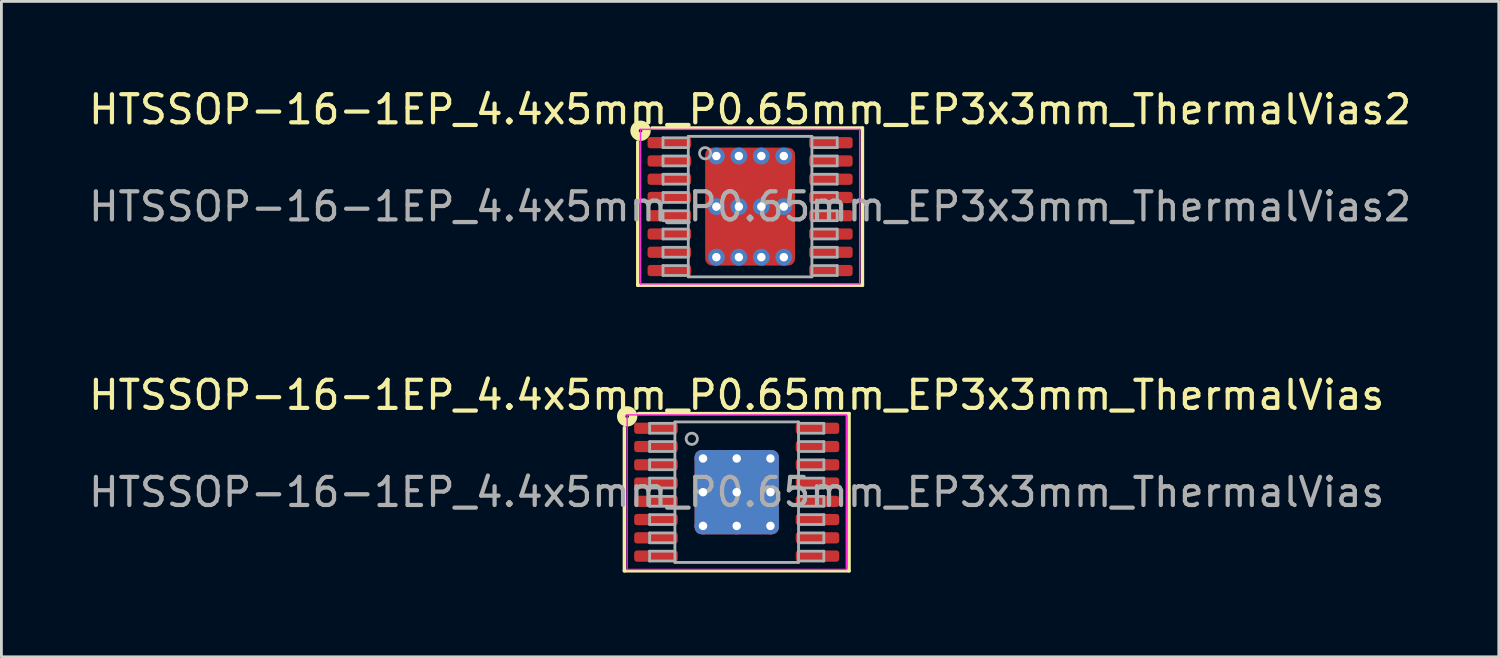
<source format=kicad_pcb>
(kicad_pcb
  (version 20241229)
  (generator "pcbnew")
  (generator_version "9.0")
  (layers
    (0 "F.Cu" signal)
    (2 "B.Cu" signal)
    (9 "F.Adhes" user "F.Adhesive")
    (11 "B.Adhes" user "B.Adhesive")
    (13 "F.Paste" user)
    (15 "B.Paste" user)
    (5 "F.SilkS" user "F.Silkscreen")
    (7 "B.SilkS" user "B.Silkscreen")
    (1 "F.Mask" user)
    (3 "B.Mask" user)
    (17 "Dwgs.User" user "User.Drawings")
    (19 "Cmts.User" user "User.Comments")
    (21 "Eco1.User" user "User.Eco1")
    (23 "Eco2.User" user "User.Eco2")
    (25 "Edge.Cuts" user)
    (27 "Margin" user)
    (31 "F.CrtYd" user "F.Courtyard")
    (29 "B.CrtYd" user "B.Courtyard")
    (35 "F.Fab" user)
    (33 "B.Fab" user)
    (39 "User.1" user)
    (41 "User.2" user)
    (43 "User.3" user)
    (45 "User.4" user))
  (footprint "HTSSOP-16-1EP_4.4x5mm_P0.65mm_EP3x3mm_ThermalVias2"
    (layer "F.Cu")
    (at 23.649 4.304)
    (property "Reference" "HTSSOP-16-1EP_4.4x5mm_P0.65mm_EP3x3mm_ThermalVias2" (at 0 -3.456 0) (layer "F.SilkS") (effects (font (size 1 1) (thickness 0.15))))
    (attr smd)
    (fp_line (start -4 2.8) (end -4 -2.3) (stroke (width 0.12) (type solid)) (layer "F.SilkS"))
    (fp_line (start -3.493 -2.8) (end 4 -2.8) (stroke (width 0.12) (type solid)) (layer "F.SilkS"))
    (fp_line (start 4 -2.8) (end 4 2.8) (stroke (width 0.12) (type solid)) (layer "F.SilkS"))
    (fp_line (start 4 2.8) (end -4 2.8) (stroke (width 0.12) (type solid)) (layer "F.SilkS"))
    (fp_circle (center -3.9 -2.7) (end -3.837 -2.7) (stroke (width 0.3) (type solid)) (fill no) (layer "F.SilkS"))
    (fp_line (start -3.9 -2.75) (end -3.9 2.75) (stroke (width 0.05) (type solid)) (layer "F.CrtYd"))
    (fp_line (start -3.9 2.75) (end 3.9 2.75) (stroke (width 0.05) (type solid)) (layer "F.CrtYd"))
    (fp_line (start 3.9 -2.75) (end -3.9 -2.75) (stroke (width 0.05) (type solid)) (layer "F.CrtYd"))
    (fp_line (start 3.9 2.75) (end 3.9 -2.75) (stroke (width 0.05) (type solid)) (layer "F.CrtYd"))
    (fp_line (start -3.1 -2.45) (end -3.1 -2.1) (stroke (width 0.1) (type solid)) (layer "F.Fab"))
    (fp_line (start -3.1 -2.45) (end -2.2 -2.45) (stroke (width 0.1) (type solid)) (layer "F.Fab"))
    (fp_line (start -3.1 -2.1) (end -2.2 -2.1) (stroke (width 0.1) (type solid)) (layer "F.Fab"))
    (fp_line (start -3.1 -1.8) (end -3.1 -1.45) (stroke (width 0.1) (type solid)) (layer "F.Fab"))
    (fp_line (start -3.1 -1.8) (end -2.2 -1.8) (stroke (width 0.1) (type solid)) (layer "F.Fab"))
    (fp_line (start -3.1 -1.45) (end -2.2 -1.45) (stroke (width 0.1) (type solid)) (layer "F.Fab"))
    (fp_line (start -3.1 -1.15) (end -3.1 -0.8) (stroke (width 0.1) (type solid)) (layer "F.Fab"))
    (fp_line (start -3.1 -1.15) (end -2.2 -1.15) (stroke (width 0.1) (type solid)) (layer "F.Fab"))
    (fp_line (start -3.1 -0.8) (end -2.2 -0.8) (stroke (width 0.1) (type solid)) (layer "F.Fab"))
    (fp_line (start -3.1 -0.5) (end -3.1 -0.15) (stroke (width 0.1) (type solid)) (layer "F.Fab"))
    (fp_line (start -3.1 -0.5) (end -2.2 -0.5) (stroke (width 0.1) (type solid)) (layer "F.Fab"))
    (fp_line (start -3.1 -0.15) (end -2.2 -0.15) (stroke (width 0.1) (type solid)) (layer "F.Fab"))
    (fp_line (start -3.1 0.15) (end -3.1 0.5) (stroke (width 0.1) (type solid)) (layer "F.Fab"))
    (fp_line (start -3.1 0.15) (end -2.2 0.15) (stroke (width 0.1) (type solid)) (layer "F.Fab"))
    (fp_line (start -3.1 0.5) (end -2.2 0.5) (stroke (width 0.1) (type solid)) (layer "F.Fab"))
    (fp_line (start -3.1 0.8) (end -3.1 1.15) (stroke (width 0.1) (type solid)) (layer "F.Fab"))
    (fp_line (start -3.1 0.8) (end -2.2 0.8) (stroke (width 0.1) (type solid)) (layer "F.Fab"))
    (fp_line (start -3.1 1.15) (end -2.2 1.15) (stroke (width 0.1) (type solid)) (layer "F.Fab"))
    (fp_line (start -3.1 1.45) (end -3.1 1.8) (stroke (width 0.1) (type solid)) (layer "F.Fab"))
    (fp_line (start -3.1 1.45) (end -2.2 1.45) (stroke (width 0.1) (type solid)) (layer "F.Fab"))
    (fp_line (start -3.1 1.8) (end -2.2 1.8) (stroke (width 0.1) (type solid)) (layer "F.Fab"))
    (fp_line (start -3.1 2.1) (end -3.1 2.45) (stroke (width 0.1) (type solid)) (layer "F.Fab"))
    (fp_line (start -3.1 2.1) (end -2.2 2.1) (stroke (width 0.1) (type solid)) (layer "F.Fab"))
    (fp_line (start -3.1 2.45) (end -2.2 2.45) (stroke (width 0.1) (type solid)) (layer "F.Fab"))
    (fp_line (start -2.2 -2.5) (end 2.2 -2.5) (stroke (width 0.1) (type solid)) (layer "F.Fab"))
    (fp_line (start -2.2 2.5) (end -2.2 -2.5) (stroke (width 0.1) (type solid)) (layer "F.Fab"))
    (fp_line (start 2.2 -2.5) (end 2.2 2.5) (stroke (width 0.1) (type solid)) (layer "F.Fab"))
    (fp_line (start 2.2 2.5) (end -2.2 2.5) (stroke (width 0.1) (type solid)) (layer "F.Fab"))
    (fp_line (start 3.1 -2.45) (end 2.2 -2.45) (stroke (width 0.1) (type solid)) (layer "F.Fab"))
    (fp_line (start 3.1 -2.1) (end 2.2 -2.1) (stroke (width 0.1) (type solid)) (layer "F.Fab"))
    (fp_line (start 3.1 -2.1) (end 3.1 -2.45) (stroke (width 0.1) (type solid)) (layer "F.Fab"))
    (fp_line (start 3.1 -1.8) (end 2.2 -1.8) (stroke (width 0.1) (type solid)) (layer "F.Fab"))
    (fp_line (start 3.1 -1.45) (end 2.2 -1.45) (stroke (width 0.1) (type solid)) (layer "F.Fab"))
    (fp_line (start 3.1 -1.45) (end 3.1 -1.8) (stroke (width 0.1) (type solid)) (layer "F.Fab"))
    (fp_line (start 3.1 -1.15) (end 2.2 -1.15) (stroke (width 0.1) (type solid)) (layer "F.Fab"))
    (fp_line (start 3.1 -0.8) (end 2.2 -0.8) (stroke (width 0.1) (type solid)) (layer "F.Fab"))
    (fp_line (start 3.1 -0.8) (end 3.1 -1.15) (stroke (width 0.1) (type solid)) (layer "F.Fab"))
    (fp_line (start 3.1 -0.5) (end 2.2 -0.5) (stroke (width 0.1) (type solid)) (layer "F.Fab"))
    (fp_line (start 3.1 -0.15) (end 2.2 -0.15) (stroke (width 0.1) (type solid)) (layer "F.Fab"))
    (fp_line (start 3.1 -0.15) (end 3.1 -0.5) (stroke (width 0.1) (type solid)) (layer "F.Fab"))
    (fp_line (start 3.1 0.15) (end 2.2 0.15) (stroke (width 0.1) (type solid)) (layer "F.Fab"))
    (fp_line (start 3.1 0.5) (end 2.2 0.5) (stroke (width 0.1) (type solid)) (layer "F.Fab"))
    (fp_line (start 3.1 0.5) (end 3.1 0.15) (stroke (width 0.1) (type solid)) (layer "F.Fab"))
    (fp_line (start 3.1 0.8) (end 2.2 0.8) (stroke (width 0.1) (type solid)) (layer "F.Fab"))
    (fp_line (start 3.1 1.15) (end 2.2 1.15) (stroke (width 0.1) (type solid)) (layer "F.Fab"))
    (fp_line (start 3.1 1.15) (end 3.1 0.8) (stroke (width 0.1) (type solid)) (layer "F.Fab"))
    (fp_line (start 3.1 1.45) (end 2.2 1.45) (stroke (width 0.1) (type solid)) (layer "F.Fab"))
    (fp_line (start 3.1 1.8) (end 2.2 1.8) (stroke (width 0.1) (type solid)) (layer "F.Fab"))
    (fp_line (start 3.1 1.8) (end 3.1 1.45) (stroke (width 0.1) (type solid)) (layer "F.Fab"))
    (fp_line (start 3.1 2.1) (end 2.2 2.1) (stroke (width 0.1) (type solid)) (layer "F.Fab"))
    (fp_line (start 3.1 2.45) (end 2.2 2.45) (stroke (width 0.1) (type solid)) (layer "F.Fab"))
    (fp_line (start 3.1 2.45) (end 3.1 2.1) (stroke (width 0.1) (type solid)) (layer "F.Fab"))
    (fp_circle (center -1.6 -1.9) (end -1.4 -1.9) (stroke (width 0.1) (type solid)) (fill no) (layer "F.Fab"))
    (fp_text user "${REFERENCE}" (at 0 0 0) (layer "F.Fab") (effects (font (size 1 1) (thickness 0.15))))
    (pad "" smd roundrect (at -0.725 -0.9) (size 1.15 0.9) (layers "F.Paste") (roundrect_rratio 0.25))
    (pad "" smd roundrect (at -0.725 0.9) (size 1.15 0.9) (layers "F.Paste") (roundrect_rratio 0.25))
    (pad "" smd roundrect (at 0 -0.9) (size 3 1.2) (layers "F.Mask") (roundrect_rratio 0.208))
    (pad "" smd roundrect (at 0 0.9) (size 3 1.2) (layers "F.Mask") (roundrect_rratio 0.208))
    (pad "" smd roundrect (at 0.725 -0.9) (size 1.15 0.9) (layers "F.Paste") (roundrect_rratio 0.25))
    (pad "" smd roundrect (at 0.725 0.9) (size 1.15 0.9) (layers "F.Paste") (roundrect_rratio 0.25))
    (pad "1" smd roundrect (at -2.875 -2.275) (size 1.55 0.4) (layers "F.Cu" "F.Mask" "F.Paste") (roundrect_rratio 0.25))
    (pad "2" smd roundrect (at -2.875 -1.625) (size 1.55 0.4) (layers "F.Cu" "F.Mask" "F.Paste") (roundrect_rratio 0.25))
    (pad "3" smd roundrect (at -2.875 -0.975) (size 1.55 0.4) (layers "F.Cu" "F.Mask" "F.Paste") (roundrect_rratio 0.25))
    (pad "4" smd roundrect (at -2.875 -0.325) (size 1.55 0.4) (layers "F.Cu" "F.Mask" "F.Paste") (roundrect_rratio 0.25))
    (pad "5" smd roundrect (at -2.875 0.325) (size 1.55 0.4) (layers "F.Cu" "F.Mask" "F.Paste") (roundrect_rratio 0.25))
    (pad "6" smd roundrect (at -2.875 0.975) (size 1.55 0.4) (layers "F.Cu" "F.Mask" "F.Paste") (roundrect_rratio 0.25))
    (pad "7" smd roundrect (at -2.875 1.625) (size 1.55 0.4) (layers "F.Cu" "F.Mask" "F.Paste") (roundrect_rratio 0.25))
    (pad "8" smd roundrect (at -2.875 2.275) (size 1.55 0.4) (layers "F.Cu" "F.Mask" "F.Paste") (roundrect_rratio 0.25))
    (pad "9" smd roundrect (at 2.875 2.275) (size 1.55 0.4) (layers "F.Cu" "F.Mask" "F.Paste") (roundrect_rratio 0.25))
    (pad "10" smd roundrect (at 2.875 1.625) (size 1.55 0.4) (layers "F.Cu" "F.Mask" "F.Paste") (roundrect_rratio 0.25))
    (pad "11" smd roundrect (at 2.875 0.975) (size 1.55 0.4) (layers "F.Cu" "F.Mask" "F.Paste") (roundrect_rratio 0.25))
    (pad "12" smd roundrect (at 2.875 0.325) (size 1.55 0.4) (layers "F.Cu" "F.Mask" "F.Paste") (roundrect_rratio 0.25))
    (pad "13" smd roundrect (at 2.875 -0.325) (size 1.55 0.4) (layers "F.Cu" "F.Mask" "F.Paste") (roundrect_rratio 0.25))
    (pad "14" smd roundrect (at 2.875 -0.975) (size 1.55 0.4) (layers "F.Cu" "F.Mask" "F.Paste") (roundrect_rratio 0.25))
    (pad "15" smd roundrect (at 2.875 -1.625) (size 1.55 0.4) (layers "F.Cu" "F.Mask" "F.Paste") (roundrect_rratio 0.25))
    (pad "16" smd roundrect (at 2.875 -2.275) (size 1.55 0.4) (layers "F.Cu" "F.Mask" "F.Paste") (roundrect_rratio 0.25))
    (pad "17" thru_hole circle (at -1.2 -1.8) (size 0.6 0.6) (drill 0.3) (property pad_prop_heatsink) (layers "*.Cu" "*.Mask"))
    (pad "17" thru_hole circle (at -1.2 0) (size 0.6 0.6) (drill 0.3) (property pad_prop_heatsink) (layers "*.Cu" "*.Mask"))
    (pad "17" thru_hole circle (at -1.2 1.8) (size 0.6 0.6) (drill 0.3) (property pad_prop_heatsink) (layers "*.Cu" "*.Mask"))
    (pad "17" thru_hole circle (at -0.4 -1.8) (size 0.6 0.6) (drill 0.3) (property pad_prop_heatsink) (layers "*.Cu" "*.Mask"))
    (pad "17" thru_hole circle (at -0.4 0) (size 0.6 0.6) (drill 0.3) (property pad_prop_heatsink) (layers "*.Cu" "*.Mask"))
    (pad "17" thru_hole circle (at -0.4 1.8) (size 0.6 0.6) (drill 0.3) (property pad_prop_heatsink) (layers "*.Cu" "*.Mask"))
    (pad "17" smd roundrect (at 0 0) (size 3.2 4.2) (layers "F.Cu") (roundrect_rratio 0.078))
    (pad "17" thru_hole circle (at 0.4 -1.8) (size 0.6 0.6) (drill 0.3) (property pad_prop_heatsink) (layers "*.Cu" "*.Mask"))
    (pad "17" thru_hole circle (at 0.4 0) (size 0.6 0.6) (drill 0.3) (property pad_prop_heatsink) (layers "*.Cu" "*.Mask"))
    (pad "17" thru_hole circle (at 0.4 1.8) (size 0.6 0.6) (drill 0.3) (property pad_prop_heatsink) (layers "*.Cu" "*.Mask"))
    (pad "17" thru_hole circle (at 1.2 -1.8) (size 0.6 0.6) (drill 0.3) (property pad_prop_heatsink) (layers "*.Cu" "*.Mask"))
    (pad "17" thru_hole circle (at 1.2 0) (size 0.6 0.6) (drill 0.3) (property pad_prop_heatsink) (layers "*.Cu" "*.Mask"))
    (pad "17" thru_hole circle (at 1.2 1.8) (size 0.6 0.6) (drill 0.3) (property pad_prop_heatsink) (layers "*.Cu" "*.Mask")))
  (footprint "HTSSOP-16-1EP_4.4x5mm_P0.65mm_EP3x3mm_ThermalVias"
    (layer "F.Cu")
    (at 23.173 14.469)
    (property "Reference" "HTSSOP-16-1EP_4.4x5mm_P0.65mm_EP3x3mm_ThermalVias" (at 0 -3.456 0) (layer "F.SilkS") (effects (font (size 1 1) (thickness 0.15))))
    (attr smd)
    (fp_line (start -4 2.8) (end -4 -2.3) (stroke (width 0.12) (type solid)) (layer "F.SilkS"))
    (fp_line (start -3.493 -2.8) (end 4 -2.8) (stroke (width 0.12) (type solid)) (layer "F.SilkS"))
    (fp_line (start 4 -2.8) (end 4 2.8) (stroke (width 0.12) (type solid)) (layer "F.SilkS"))
    (fp_line (start 4 2.8) (end -4 2.8) (stroke (width 0.12) (type solid)) (layer "F.SilkS"))
    (fp_circle (center -3.9 -2.7) (end -3.837 -2.7) (stroke (width 0.3) (type solid)) (fill no) (layer "F.SilkS"))
    (fp_line (start -3.9 -2.75) (end -3.9 2.75) (stroke (width 0.05) (type solid)) (layer "F.CrtYd"))
    (fp_line (start -3.9 2.75) (end 3.9 2.75) (stroke (width 0.05) (type solid)) (layer "F.CrtYd"))
    (fp_line (start 3.9 -2.75) (end -3.9 -2.75) (stroke (width 0.05) (type solid)) (layer "F.CrtYd"))
    (fp_line (start 3.9 2.75) (end 3.9 -2.75) (stroke (width 0.05) (type solid)) (layer "F.CrtYd"))
    (fp_line (start -3.1 -2.45) (end -3.1 -2.1) (stroke (width 0.1) (type solid)) (layer "F.Fab"))
    (fp_line (start -3.1 -2.45) (end -2.2 -2.45) (stroke (width 0.1) (type solid)) (layer "F.Fab"))
    (fp_line (start -3.1 -2.1) (end -2.2 -2.1) (stroke (width 0.1) (type solid)) (layer "F.Fab"))
    (fp_line (start -3.1 -1.8) (end -3.1 -1.45) (stroke (width 0.1) (type solid)) (layer "F.Fab"))
    (fp_line (start -3.1 -1.8) (end -2.2 -1.8) (stroke (width 0.1) (type solid)) (layer "F.Fab"))
    (fp_line (start -3.1 -1.45) (end -2.2 -1.45) (stroke (width 0.1) (type solid)) (layer "F.Fab"))
    (fp_line (start -3.1 -1.15) (end -3.1 -0.8) (stroke (width 0.1) (type solid)) (layer "F.Fab"))
    (fp_line (start -3.1 -1.15) (end -2.2 -1.15) (stroke (width 0.1) (type solid)) (layer "F.Fab"))
    (fp_line (start -3.1 -0.8) (end -2.2 -0.8) (stroke (width 0.1) (type solid)) (layer "F.Fab"))
    (fp_line (start -3.1 -0.5) (end -3.1 -0.15) (stroke (width 0.1) (type solid)) (layer "F.Fab"))
    (fp_line (start -3.1 -0.5) (end -2.2 -0.5) (stroke (width 0.1) (type solid)) (layer "F.Fab"))
    (fp_line (start -3.1 -0.15) (end -2.2 -0.15) (stroke (width 0.1) (type solid)) (layer "F.Fab"))
    (fp_line (start -3.1 0.15) (end -3.1 0.5) (stroke (width 0.1) (type solid)) (layer "F.Fab"))
    (fp_line (start -3.1 0.15) (end -2.2 0.15) (stroke (width 0.1) (type solid)) (layer "F.Fab"))
    (fp_line (start -3.1 0.5) (end -2.2 0.5) (stroke (width 0.1) (type solid)) (layer "F.Fab"))
    (fp_line (start -3.1 0.8) (end -3.1 1.15) (stroke (width 0.1) (type solid)) (layer "F.Fab"))
    (fp_line (start -3.1 0.8) (end -2.2 0.8) (stroke (width 0.1) (type solid)) (layer "F.Fab"))
    (fp_line (start -3.1 1.15) (end -2.2 1.15) (stroke (width 0.1) (type solid)) (layer "F.Fab"))
    (fp_line (start -3.1 1.45) (end -3.1 1.8) (stroke (width 0.1) (type solid)) (layer "F.Fab"))
    (fp_line (start -3.1 1.45) (end -2.2 1.45) (stroke (width 0.1) (type solid)) (layer "F.Fab"))
    (fp_line (start -3.1 1.8) (end -2.2 1.8) (stroke (width 0.1) (type solid)) (layer "F.Fab"))
    (fp_line (start -3.1 2.1) (end -3.1 2.45) (stroke (width 0.1) (type solid)) (layer "F.Fab"))
    (fp_line (start -3.1 2.1) (end -2.2 2.1) (stroke (width 0.1) (type solid)) (layer "F.Fab"))
    (fp_line (start -3.1 2.45) (end -2.2 2.45) (stroke (width 0.1) (type solid)) (layer "F.Fab"))
    (fp_line (start -2.2 -2.5) (end 2.2 -2.5) (stroke (width 0.1) (type solid)) (layer "F.Fab"))
    (fp_line (start -2.2 2.5) (end -2.2 -2.5) (stroke (width 0.1) (type solid)) (layer "F.Fab"))
    (fp_line (start 2.2 -2.5) (end 2.2 2.5) (stroke (width 0.1) (type solid)) (layer "F.Fab"))
    (fp_line (start 2.2 2.5) (end -2.2 2.5) (stroke (width 0.1) (type solid)) (layer "F.Fab"))
    (fp_line (start 3.1 -2.45) (end 2.2 -2.45) (stroke (width 0.1) (type solid)) (layer "F.Fab"))
    (fp_line (start 3.1 -2.1) (end 2.2 -2.1) (stroke (width 0.1) (type solid)) (layer "F.Fab"))
    (fp_line (start 3.1 -2.1) (end 3.1 -2.45) (stroke (width 0.1) (type solid)) (layer "F.Fab"))
    (fp_line (start 3.1 -1.8) (end 2.2 -1.8) (stroke (width 0.1) (type solid)) (layer "F.Fab"))
    (fp_line (start 3.1 -1.45) (end 2.2 -1.45) (stroke (width 0.1) (type solid)) (layer "F.Fab"))
    (fp_line (start 3.1 -1.45) (end 3.1 -1.8) (stroke (width 0.1) (type solid)) (layer "F.Fab"))
    (fp_line (start 3.1 -1.15) (end 2.2 -1.15) (stroke (width 0.1) (type solid)) (layer "F.Fab"))
    (fp_line (start 3.1 -0.8) (end 2.2 -0.8) (stroke (width 0.1) (type solid)) (layer "F.Fab"))
    (fp_line (start 3.1 -0.8) (end 3.1 -1.15) (stroke (width 0.1) (type solid)) (layer "F.Fab"))
    (fp_line (start 3.1 -0.5) (end 2.2 -0.5) (stroke (width 0.1) (type solid)) (layer "F.Fab"))
    (fp_line (start 3.1 -0.15) (end 2.2 -0.15) (stroke (width 0.1) (type solid)) (layer "F.Fab"))
    (fp_line (start 3.1 -0.15) (end 3.1 -0.5) (stroke (width 0.1) (type solid)) (layer "F.Fab"))
    (fp_line (start 3.1 0.15) (end 2.2 0.15) (stroke (width 0.1) (type solid)) (layer "F.Fab"))
    (fp_line (start 3.1 0.5) (end 2.2 0.5) (stroke (width 0.1) (type solid)) (layer "F.Fab"))
    (fp_line (start 3.1 0.5) (end 3.1 0.15) (stroke (width 0.1) (type solid)) (layer "F.Fab"))
    (fp_line (start 3.1 0.8) (end 2.2 0.8) (stroke (width 0.1) (type solid)) (layer "F.Fab"))
    (fp_line (start 3.1 1.15) (end 2.2 1.15) (stroke (width 0.1) (type solid)) (layer "F.Fab"))
    (fp_line (start 3.1 1.15) (end 3.1 0.8) (stroke (width 0.1) (type solid)) (layer "F.Fab"))
    (fp_line (start 3.1 1.45) (end 2.2 1.45) (stroke (width 0.1) (type solid)) (layer "F.Fab"))
    (fp_line (start 3.1 1.8) (end 2.2 1.8) (stroke (width 0.1) (type solid)) (layer "F.Fab"))
    (fp_line (start 3.1 1.8) (end 3.1 1.45) (stroke (width 0.1) (type solid)) (layer "F.Fab"))
    (fp_line (start 3.1 2.1) (end 2.2 2.1) (stroke (width 0.1) (type solid)) (layer "F.Fab"))
    (fp_line (start 3.1 2.45) (end 2.2 2.45) (stroke (width 0.1) (type solid)) (layer "F.Fab"))
    (fp_line (start 3.1 2.45) (end 3.1 2.1) (stroke (width 0.1) (type solid)) (layer "F.Fab"))
    (fp_circle (center -1.6 -1.9) (end -1.4 -1.9) (stroke (width 0.1) (type solid)) (fill no) (layer "F.Fab"))
    (fp_text user "${REFERENCE}" (at 0 0 0) (layer "F.Fab") (effects (font (size 1 1) (thickness 0.15))))
    (pad "" smd roundrect (at -0.7 -0.7) (size 1.21 1.21) (layers "F.Paste") (roundrect_rratio 0.207))
    (pad "" smd roundrect (at -0.7 0.7) (size 1.21 1.21) (layers "F.Paste") (roundrect_rratio 0.207))
    (pad "" smd roundrect (at 0.7 -0.7) (size 1.21 1.21) (layers "F.Paste") (roundrect_rratio 0.207))
    (pad "" smd roundrect (at 0.7 0.7) (size 1.21 1.21) (layers "F.Paste") (roundrect_rratio 0.207))
    (pad "1" smd roundrect (at -2.875 -2.275) (size 1.55 0.4) (layers "F.Cu" "F.Mask" "F.Paste") (roundrect_rratio 0.25))
    (pad "2" smd roundrect (at -2.875 -1.625) (size 1.55 0.4) (layers "F.Cu" "F.Mask" "F.Paste") (roundrect_rratio 0.25))
    (pad "3" smd roundrect (at -2.875 -0.975) (size 1.55 0.4) (layers "F.Cu" "F.Mask" "F.Paste") (roundrect_rratio 0.25))
    (pad "4" smd roundrect (at -2.875 -0.325) (size 1.55 0.4) (layers "F.Cu" "F.Mask" "F.Paste") (roundrect_rratio 0.25))
    (pad "5" smd roundrect (at -2.875 0.325) (size 1.55 0.4) (layers "F.Cu" "F.Mask" "F.Paste") (roundrect_rratio 0.25))
    (pad "6" smd roundrect (at -2.875 0.975) (size 1.55 0.4) (layers "F.Cu" "F.Mask" "F.Paste") (roundrect_rratio 0.25))
    (pad "7" smd roundrect (at -2.875 1.625) (size 1.55 0.4) (layers "F.Cu" "F.Mask" "F.Paste") (roundrect_rratio 0.25))
    (pad "8" smd roundrect (at -2.875 2.275) (size 1.55 0.4) (layers "F.Cu" "F.Mask" "F.Paste") (roundrect_rratio 0.25))
    (pad "9" smd roundrect (at 2.875 2.275) (size 1.55 0.4) (layers "F.Cu" "F.Mask" "F.Paste") (roundrect_rratio 0.25))
    (pad "10" smd roundrect (at 2.875 1.625) (size 1.55 0.4) (layers "F.Cu" "F.Mask" "F.Paste") (roundrect_rratio 0.25))
    (pad "11" smd roundrect (at 2.875 0.975) (size 1.55 0.4) (layers "F.Cu" "F.Mask" "F.Paste") (roundrect_rratio 0.25))
    (pad "12" smd roundrect (at 2.875 0.325) (size 1.55 0.4) (layers "F.Cu" "F.Mask" "F.Paste") (roundrect_rratio 0.25))
    (pad "13" smd roundrect (at 2.875 -0.325) (size 1.55 0.4) (layers "F.Cu" "F.Mask" "F.Paste") (roundrect_rratio 0.25))
    (pad "14" smd roundrect (at 2.875 -0.975) (size 1.55 0.4) (layers "F.Cu" "F.Mask" "F.Paste") (roundrect_rratio 0.25))
    (pad "15" smd roundrect (at 2.875 -1.625) (size 1.55 0.4) (layers "F.Cu" "F.Mask" "F.Paste") (roundrect_rratio 0.25))
    (pad "16" smd roundrect (at 2.875 -2.275) (size 1.55 0.4) (layers "F.Cu" "F.Mask" "F.Paste") (roundrect_rratio 0.25))
    (pad "17" thru_hole circle (at -1.2 -1.2) (size 0.6 0.6) (drill 0.3) (property pad_prop_heatsink) (layers "*.Cu"))
    (pad "17" thru_hole circle (at -1.2 0) (size 0.6 0.6) (drill 0.3) (property pad_prop_heatsink) (layers "*.Cu"))
    (pad "17" thru_hole circle (at -1.2 1.2) (size 0.6 0.6) (drill 0.3) (property pad_prop_heatsink) (layers "*.Cu"))
    (pad "17" thru_hole circle (at 0 -1.2) (size 0.6 0.6) (drill 0.3) (property pad_prop_heatsink) (layers "*.Cu"))
    (pad "17" thru_hole circle (at 0 0) (size 0.6 0.6) (drill 0.3) (property pad_prop_heatsink) (layers "*.Cu"))
    (pad "17" smd roundrect (at 0 0) (size 3 3) (layers "F.Cu" "F.Mask") (roundrect_rratio 0.083))
    (pad "17" smd roundrect (at 0 0) (size 3 3) (layers "B.Cu" "B.Mask") (roundrect_rratio 0.083))
    (pad "17" thru_hole circle (at 0 1.2) (size 0.6 0.6) (drill 0.3) (property pad_prop_heatsink) (layers "*.Cu"))
    (pad "17" thru_hole circle (at 1.2 -1.2) (size 0.6 0.6) (drill 0.3) (property pad_prop_heatsink) (layers "*.Cu"))
    (pad "17" thru_hole circle (at 1.2 0) (size 0.6 0.6) (drill 0.3) (property pad_prop_heatsink) (layers "*.Cu"))
    (pad "17" thru_hole circle (at 1.2 1.2) (size 0.6 0.6) (drill 0.3) (property pad_prop_heatsink) (layers "*.Cu")))
  (gr_rect
    (start -3 -3)
    (end 50.298 20.328)
    (stroke (width 0.1) (type default))
    (fill no)
    (layer "Edge.Cuts")))
</source>
